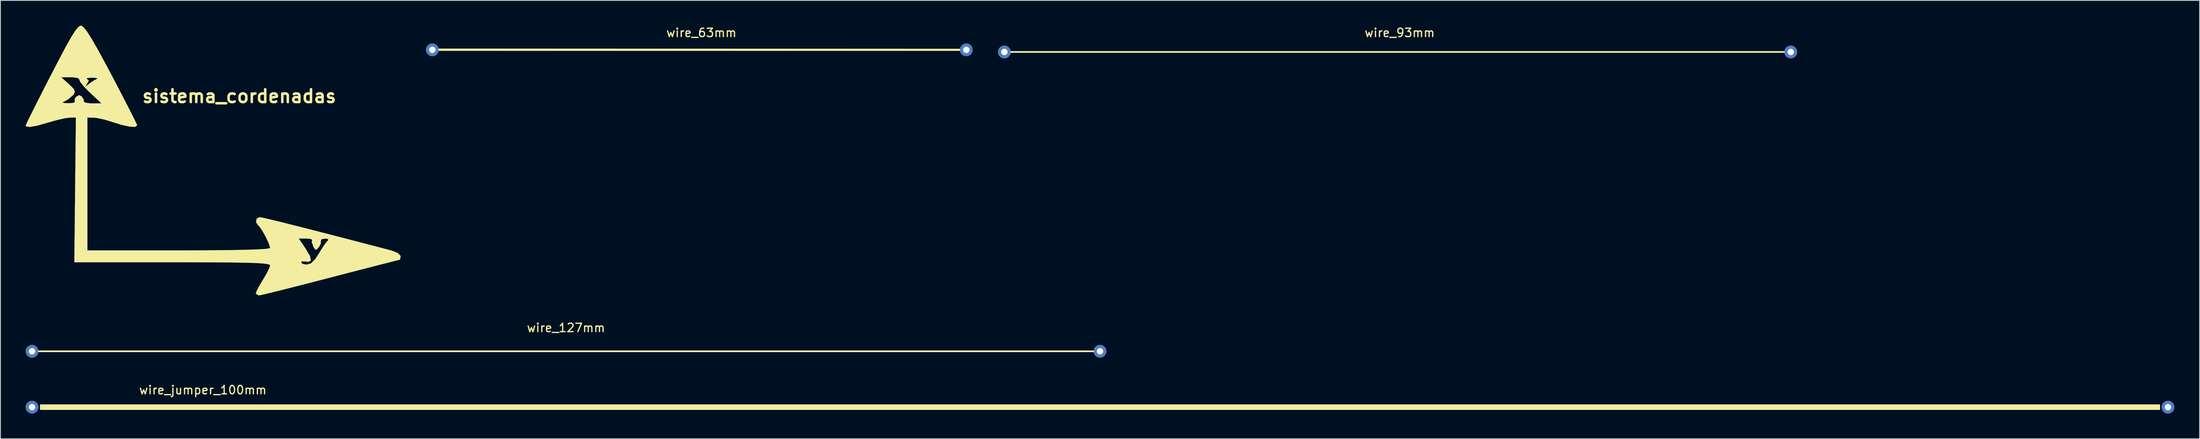
<source format=kicad_pcb>
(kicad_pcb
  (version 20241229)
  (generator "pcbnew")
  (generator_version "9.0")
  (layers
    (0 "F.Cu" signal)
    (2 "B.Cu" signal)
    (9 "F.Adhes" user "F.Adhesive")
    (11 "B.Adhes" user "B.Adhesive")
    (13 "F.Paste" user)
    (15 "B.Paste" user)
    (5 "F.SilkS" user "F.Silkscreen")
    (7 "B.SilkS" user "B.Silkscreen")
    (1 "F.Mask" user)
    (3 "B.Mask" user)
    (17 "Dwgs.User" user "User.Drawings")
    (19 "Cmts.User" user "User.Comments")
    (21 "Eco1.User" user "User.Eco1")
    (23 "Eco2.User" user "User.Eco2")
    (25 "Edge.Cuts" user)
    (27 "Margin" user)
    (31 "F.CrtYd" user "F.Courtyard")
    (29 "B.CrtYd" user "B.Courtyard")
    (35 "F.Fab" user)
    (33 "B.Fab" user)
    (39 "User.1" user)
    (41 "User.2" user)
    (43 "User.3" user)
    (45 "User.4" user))
  (footprint "wire_63mm"
    (layer "F.Cu")
    (at 80.113 2.88)
    (property "Reference" "wire_63mm" (at 0.254 -2.032 0) (layer "F.SilkS") (effects (font (size 1 1) (thickness 0.15))))
    (attr through_hole)
    (fp_poly (pts (xy -30.963 -0.076) (xy -30.963 0.051) (xy 30.937 0.051) (xy 30.937 -0.051)) (stroke (width 0.15) (type solid)) (fill yes) (layer "F.SilkS"))
    (pad "1" thru_hole circle (at -31.75 0) (size 1.524 1.524) (drill 0.762) (layers "*.Cu" "*.Mask"))
    (pad "2" thru_hole circle (at 31.75 0) (size 1.524 1.524) (drill 0.762) (layers "*.Cu" "*.Mask")))
  (footprint "sistema_cordenadas"
    (layer "F.Cu")
    (at 25.405 8.405)
    (property "Reference" "sistema_cordenadas" (at 0 0 0) (layer "F.SilkS") (effects (font (size 1.524 1.524) (thickness 0.3))))
    (attr through_hole)
    (fp_poly (pts (xy -18.511 -8.211) (xy -18.095 -7.68) (xy -17.518 -6.768) (xy -16.757 -5.438) (xy -15.789 -3.655) (xy -15.199 -2.54) (xy -14.333 -0.886) (xy -13.562 0.602) (xy -12.923 1.851) (xy -12.453 2.788) (xy -12.189 3.341) (xy -12.145 3.457) (xy -12.376 3.641) (xy -13.034 3.618) (xy -14.023 3.4) (xy -14.958 3.104) (xy -15.958 2.798) (xy -16.864 2.596) (xy -17.286 2.549) (xy -18.062 2.54) (xy -18.062 18.344) (xy -7.197 18.344) (xy -4.017 18.337) (xy -1.396 18.316) (xy 0.674 18.28) (xy 2.198 18.229) (xy 3.183 18.164) (xy 3.635 18.083) (xy 3.669 18.051) (xy 3.534 17.576) (xy 3.241 16.933) (xy 7.069 16.933) (xy 7.884 18.129) (xy 8.411 19.025) (xy 8.516 19.553) (xy 8.197 19.719) (xy 7.87 19.665) (xy 7.438 19.659) (xy 7.338 19.782) (xy 7.579 19.977) (xy 8.017 20.038) (xy 8.529 19.892) (xy 9.029 19.389) (xy 9.474 18.697) (xy 9.962 17.911) (xy 10.381 17.333) (xy 10.559 17.149) (xy 10.574 16.992) (xy 10.214 16.938) (xy 9.771 17.019) (xy 9.711 17.174) (xy 9.682 17.564) (xy 9.483 17.93) (xy 9.175 18.28) (xy 8.958 18.153) (xy 8.796 17.868) (xy 8.622 17.351) (xy 8.665 17.112) (xy 8.549 16.991) (xy 8.029 16.934) (xy 7.956 16.933) (xy 7.069 16.933) (xy 3.241 16.933) (xy 3.205 16.856) (xy 2.796 16.106) (xy 2.419 15.541) (xy 2.262 15.384) (xy 1.992 14.994) (xy 2.069 14.573) (xy 2.415 14.393) (xy 2.824 14.466) (xy 3.759 14.681) (xy 5.202 15.034) (xy 7.136 15.521) (xy 9.541 16.135) (xy 12.401 16.874) (xy 15.695 17.733) (xy 18.133 18.371) (xy 18.844 18.656) (xy 19.182 19) (xy 19.191 19.061) (xy 19.109 19.43) (xy 19.044 19.473) (xy 18.744 19.542) (xy 17.967 19.736) (xy 16.781 20.037) (xy 15.255 20.429) (xy 13.458 20.894) (xy 11.457 21.413) (xy 10.78 21.59) (xy 8.717 22.125) (xy 6.825 22.61) (xy 5.173 23.028) (xy 3.833 23.361) (xy 2.876 23.591) (xy 2.372 23.7) (xy 2.319 23.707) (xy 1.998 23.53) (xy 1.976 23.434) (xy 2.117 23.061) (xy 2.48 22.389) (xy 2.822 21.827) (xy 3.291 21.025) (xy 3.599 20.381) (xy 3.669 20.124) (xy 3.572 20.03) (xy 3.252 19.953) (xy 2.665 19.891) (xy 1.765 19.842) (xy 0.51 19.806) (xy -1.146 19.781) (xy -3.246 19.765) (xy -5.836 19.757) (xy -7.973 19.756) (xy -19.614 19.756) (xy -19.43 2.54) (xy -20.132 2.54) (xy -20.765 2.623) (xy -21.712 2.841) (xy -22.623 3.101) (xy -24.022 3.496) (xy -24.942 3.655) (xy -25.369 3.578) (xy -25.4 3.495) (xy -25.276 3.205) (xy -24.929 2.486) (xy -24.394 1.409) (xy -23.707 0.047) (xy -22.904 -1.529) (xy -22.53 -2.258) (xy -21.176 -2.258) (xy -20.264 -1.443) (xy -19.712 -0.906) (xy -19.543 -0.551) (xy -19.694 -0.218) (xy -19.755 -0.141) (xy -20.357 0.373) (xy -20.734 0.578) (xy -21.023 0.733) (xy -20.839 0.807) (xy -20.344 0.829) (xy -19.757 0.795) (xy -19.548 0.688) (xy -19.565 0.661) (xy -19.572 0.322) (xy -19.433 0.093) (xy -19.048 -0.136) (xy -18.733 0.028) (xy -18.481 0.418) (xy -18.505 0.596) (xy -18.357 0.751) (xy -17.801 0.839) (xy -17.527 0.847) (xy -16.393 0.847) (xy -17.788 -0.458) (xy -18.466 -1.146) (xy -18.469 -1.149) (xy -18.336 -1.149) (xy -18.208 -1.211) (xy -17.916 -1.445) (xy -17.316 -1.863) (xy -16.933 -2.058) (xy -16.892 -2.157) (xy -17.314 -2.21) (xy -17.498 -2.213) (xy -18.045 -2.179) (xy -18.172 -2.094) (xy -18.121 -2.067) (xy -17.898 -1.864) (xy -18.097 -1.479) (xy -18.116 -1.454) (xy -18.336 -1.149) (xy -18.469 -1.149) (xy -18.912 -1.702) (xy -19.03 -2.008) (xy -19.029 -2.01) (xy -19.179 -2.162) (xy -19.737 -2.25) (xy -20.026 -2.258) (xy -21.176 -2.258) (xy -22.53 -2.258) (xy -22.366 -2.577) (xy -21.368 -4.501) (xy -20.585 -5.971) (xy -19.982 -7.041) (xy -19.528 -7.763) (xy -19.188 -8.192) (xy -18.932 -8.381) (xy -18.787 -8.4) (xy -18.511 -8.211)) (stroke (width 0.01) (type solid)) (fill yes) (layer "F.SilkS")))
  (footprint "wire_jumper_100mm"
    (layer "F.Cu")
    (at 21.082 42.869)
    (property "Reference" "wire_jumper_100mm" (at 0 0.5 0) (layer "F.SilkS") (effects (font (size 1 1) (thickness 0.15))))
    (attr through_hole)
    (fp_poly (pts (xy -19.304 2.286) (xy -19.304 2.794) (xy 232.664 2.794) (xy 232.664 2.286)) (stroke (width 0.15) (type solid)) (fill yes) (layer "F.SilkS"))
    (pad "1" thru_hole circle (at -20.32 2.54) (size 1.524 1.524) (drill 0.762) (layers "*.Cu" "*.Mask"))
    (pad "2" thru_hole circle (at 233.68 2.54) (size 1.524 1.524) (drill 0.762) (layers "*.Cu" "*.Mask")))
  (footprint "wire_127mm"
    (layer "F.Cu")
    (at 64.262 38.759)
    (property "Reference" "wire_127mm" (at 0 -2.794 0) (layer "F.SilkS") (effects (font (size 1 1) (thickness 0.15))))
    (attr through_hole)
    (fp_poly (pts (xy -62.713 -0.025) (xy -62.713 0.025) (xy 62.713 0.025) (xy 62.713 -0.025)) (stroke (width 0.15) (type solid)) (fill yes) (layer "F.SilkS"))
    (pad "1" thru_hole circle (at -63.5 0) (size 1.524 1.524) (drill 0.762) (layers "*.Cu" "*.Mask"))
    (pad "2" thru_hole circle (at 63.5 0) (size 1.524 1.524) (drill 0.762) (layers "*.Cu" "*.Mask")))
  (footprint "wire_93mm"
    (layer "F.Cu")
    (at 163.147 3.134)
    (property "Reference" "wire_93mm" (at 0.254 -2.286 0) (layer "F.SilkS") (effects (font (size 1 1) (thickness 0.15))))
    (attr through_hole)
    (fp_poly (pts (xy -45.974 -0.025) (xy -45.974 0.025) (xy 45.974 0.025) (xy 45.974 -0.025)) (stroke (width 0.15) (type solid)) (fill yes) (layer "F.SilkS"))
    (pad "1" thru_hole circle (at -46.76 0) (size 1.524 1.524) (drill 0.762) (layers "*.Cu" "*.Mask"))
    (pad "2" thru_hole circle (at 46.76 0) (size 1.524 1.524) (drill 0.762) (layers "*.Cu" "*.Mask")))
  (gr_rect
    (start -3 -3)
    (end 258.524 49.171)
    (stroke (width 0.1) (type default))
    (fill no)
    (layer "Edge.Cuts")))
</source>
